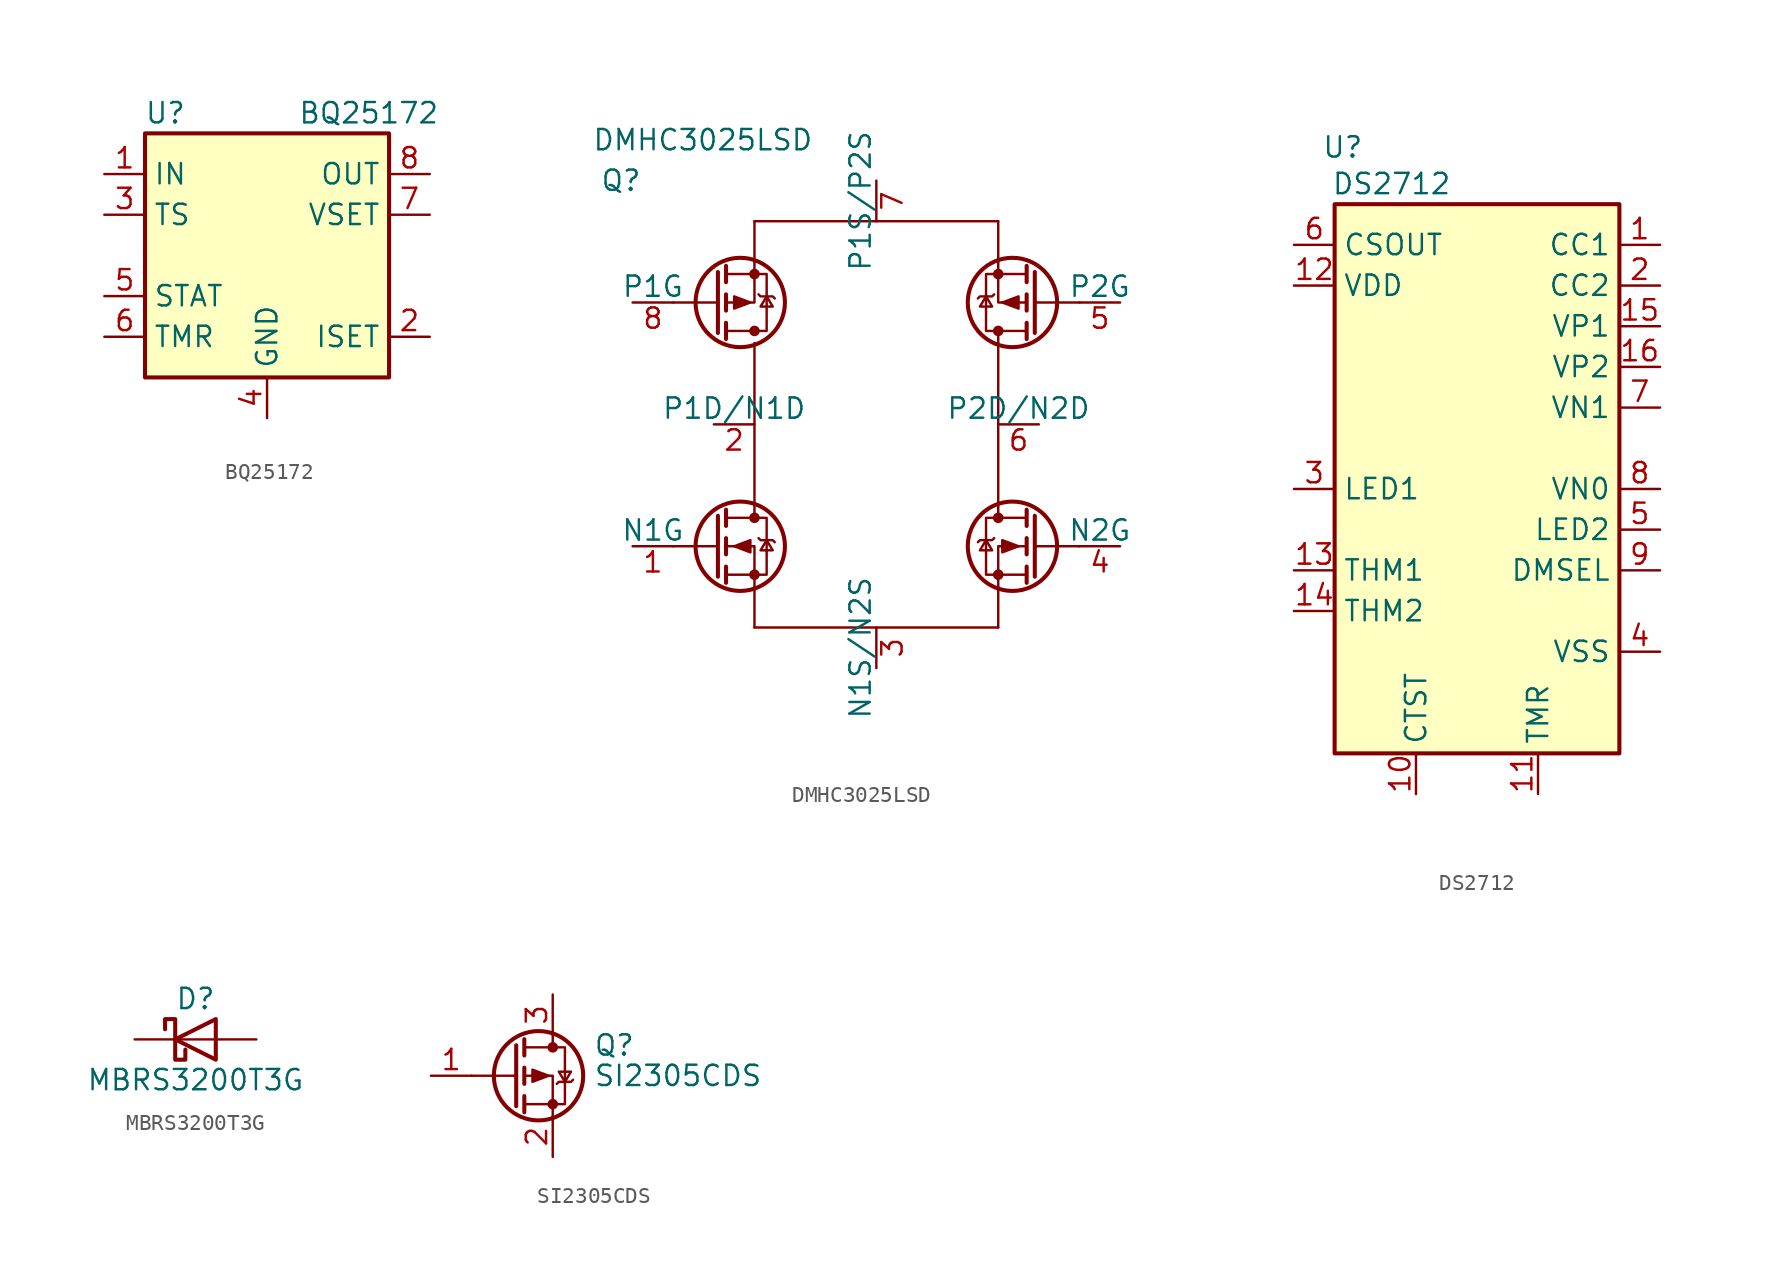
<source format=kicad_sym>
(kicad_symbol_lib
  (version 20231120)
  (generator "kicad_symbol_editor")
  (generator_version "8.0")
  (symbol "BQ25172"
    (property "Reference" "U"
      (at -6.35 8.89 0)
      (effects (font (size 1.27 1.27))))
    (property "Value" "BQ25172"
      (at 6.35 8.89 0)
      (effects (font (size 1.27 1.27))))
    (symbol "BQ25172_1_1"
      (rectangle (start -7.62 7.62) (end 7.62 -7.62) (stroke (width 0.254) (type default)) (fill (type background)))
      (pin power_in line (at -10.16 5.08 0) (length 2.54) (name "IN" (effects (font (size 1.27 1.27)))) (number "1" (effects (font (size 1.27 1.27)))))
      (pin input line (at 10.16 -5.08 180) (length 2.54) (name "ISET" (effects (font (size 1.27 1.27)))) (number "2" (effects (font (size 1.27 1.27)))))
      (pin input line (at -10.16 2.54 0) (length 2.54) (name "TS" (effects (font (size 1.27 1.27)))) (number "3" (effects (font (size 1.27 1.27)))))
      (pin power_in line (at 0 -10.16 90) (length 2.54) (name "GND" (effects (font (size 1.27 1.27)))) (number "4" (effects (font (size 1.27 1.27)))))
      (pin open_collector line (at -10.16 -2.54 0) (length 2.54) (name "STAT" (effects (font (size 1.27 1.27)))) (number "5" (effects (font (size 1.27 1.27)))))
      (pin input line (at -10.16 -5.08 0) (length 2.54) (name "TMR" (effects (font (size 1.27 1.27)))) (number "6" (effects (font (size 1.27 1.27)))))
      (pin input line (at 10.16 2.54 180) (length 2.54) (name "VSET" (effects (font (size 1.27 1.27)))) (number "7" (effects (font (size 1.27 1.27)))))
      (pin power_out line (at 10.16 5.08 180) (length 2.54) (name "OUT" (effects (font (size 1.27 1.27)))) (number "8" (effects (font (size 1.27 1.27)))))
      (pin passive line (at 0 -10.16 90) (length 2.54) hide (name "GND" (effects (font (size 1.27 1.27)))) (number "9" (effects (font (size 1.27 1.27)))))))
  (symbol "DMHC3025LSD"
    (pin_names
      (offset 0))
    (property "Reference" "Q"
      (at -17.272 15.24 0)
      (effects (font (size 1.27 1.27)) (justify left)))
    (property "Value" "DMHC3025LSD"
      (at -17.78 17.78 0)
      (effects (font (size 1.27 1.27)) (justify left)))
    (symbol "DMHC3025LSD_0_1"
      (circle (center -8.509 -7.62) (radius 2.794) (stroke (width 0.254) (type default)) (fill (type none)))
      (circle (center -8.509 7.62) (radius 2.794) (stroke (width 0.254) (type default)) (fill (type none)))
      (circle (center -7.62 -9.398) (radius 0.254) (stroke (width 0) (type default)) (fill (type outline)))
      (circle (center -7.62 -5.842) (radius 0.254) (stroke (width 0) (type default)) (fill (type outline)))
      (circle (center -7.62 5.842) (radius 0.254) (stroke (width 0) (type default)) (fill (type outline)))
      (circle (center -7.62 9.398) (radius 0.254) (stroke (width 0) (type default)) (fill (type outline)))
      (polyline (pts (xy -9.906 -7.62) (xy -12.7 -7.62)) (stroke (width 0) (type default)) (fill (type none)))
      (polyline (pts (xy -9.906 -5.715) (xy -9.906 -9.525)) (stroke (width 0.254) (type default)) (fill (type none)))
      (polyline (pts (xy -9.906 5.715) (xy -9.906 9.525)) (stroke (width 0.254) (type default)) (fill (type none)))
      (polyline (pts (xy -9.906 7.62) (xy -12.7 7.62)) (stroke (width 0) (type default)) (fill (type none)))
      (polyline (pts (xy -9.398 -8.89) (xy -9.398 -9.906)) (stroke (width 0.254) (type default)) (fill (type none)))
      (polyline (pts (xy -9.398 -7.112) (xy -9.398 -8.128)) (stroke (width 0.254) (type default)) (fill (type none)))
      (polyline (pts (xy -9.398 -5.334) (xy -9.398 -6.35)) (stroke (width 0.254) (type default)) (fill (type none)))
      (polyline (pts (xy -9.398 5.334) (xy -9.398 6.35)) (stroke (width 0.254) (type default)) (fill (type none)))
      (polyline (pts (xy -9.398 7.112) (xy -9.398 8.128)) (stroke (width 0.254) (type default)) (fill (type none)))
      (polyline (pts (xy -9.398 8.89) (xy -9.398 9.906)) (stroke (width 0.254) (type default)) (fill (type none)))
      (polyline (pts (xy -7.62 -12.7) (xy 7.62 -12.7)) (stroke (width 0) (type default)) (fill (type none)))
      (polyline (pts (xy -7.62 -10.16) (xy -7.62 -12.7)) (stroke (width 0) (type default)) (fill (type none)))
      (polyline (pts (xy -7.62 -5.08) (xy -7.62 -5.842)) (stroke (width 0) (type default)) (fill (type none)))
      (polyline (pts (xy -7.62 -5.08) (xy -7.62 5.08)) (stroke (width 0) (type default)) (fill (type none)))
      (polyline (pts (xy -7.62 10.16) (xy -7.62 12.7)) (stroke (width 0) (type default)) (fill (type none)))
      (polyline (pts (xy -7.62 12.7) (xy 7.62 12.7)) (stroke (width 0) (type default)) (fill (type none)))
      (polyline (pts (xy 7.62 -10.16) (xy 7.62 -12.7)) (stroke (width 0) (type default)) (fill (type none)))
      (polyline (pts (xy 7.62 -5.08) (xy 7.62 -5.842)) (stroke (width 0) (type default)) (fill (type none)))
      (polyline (pts (xy 7.62 -5.08) (xy 7.62 5.08)) (stroke (width 0) (type default)) (fill (type none)))
      (polyline (pts (xy 7.62 5.08) (xy 7.62 5.842)) (stroke (width 0) (type default)) (fill (type none)))
      (polyline (pts (xy 7.62 10.16) (xy 7.62 12.7)) (stroke (width 0) (type default)) (fill (type none)))
      (polyline (pts (xy 9.398 -8.89) (xy 9.398 -9.906)) (stroke (width 0.254) (type default)) (fill (type none)))
      (polyline (pts (xy 9.398 -7.112) (xy 9.398 -8.128)) (stroke (width 0.254) (type default)) (fill (type none)))
      (polyline (pts (xy 9.398 -5.334) (xy 9.398 -6.35)) (stroke (width 0.254) (type default)) (fill (type none)))
      (polyline (pts (xy 9.398 5.334) (xy 9.398 6.35)) (stroke (width 0.254) (type default)) (fill (type none)))
      (polyline (pts (xy 9.398 7.112) (xy 9.398 8.128)) (stroke (width 0.254) (type default)) (fill (type none)))
      (polyline (pts (xy 9.398 8.89) (xy 9.398 9.906)) (stroke (width 0.254) (type default)) (fill (type none)))
      (polyline (pts (xy 9.906 -7.62) (xy 12.7 -7.62)) (stroke (width 0) (type default)) (fill (type none)))
      (polyline (pts (xy 9.906 -5.715) (xy 9.906 -9.525)) (stroke (width 0.254) (type default)) (fill (type none)))
      (polyline (pts (xy 9.906 5.715) (xy 9.906 9.525)) (stroke (width 0.254) (type default)) (fill (type none)))
      (polyline (pts (xy 9.906 7.62) (xy 12.7 7.62)) (stroke (width 0) (type default)) (fill (type none)))
      (polyline (pts (xy -7.62 -10.16) (xy -7.62 -7.62) (xy -9.398 -7.62)) (stroke (width 0) (type default)) (fill (type none)))
      (polyline (pts (xy -7.62 10.16) (xy -7.62 7.62) (xy -9.398 7.62)) (stroke (width 0) (type default)) (fill (type none)))
      (polyline (pts (xy 7.62 -10.16) (xy 7.62 -7.62) (xy 9.398 -7.62)) (stroke (width 0) (type default)) (fill (type none)))
      (polyline (pts (xy 7.62 10.16) (xy 7.62 7.62) (xy 9.398 7.62)) (stroke (width 0) (type default)) (fill (type none)))
      (polyline (pts (xy -9.398 -5.842) (xy -6.858 -5.842) (xy -6.858 -9.398) (xy -9.398 -9.398)) (stroke (width 0) (type default)) (fill (type none)))
      (polyline (pts (xy -9.398 5.842) (xy -6.858 5.842) (xy -6.858 9.398) (xy -9.398 9.398)) (stroke (width 0) (type default)) (fill (type none)))
      (polyline (pts (xy -8.89 -7.62) (xy -7.874 -8.001) (xy -7.874 -7.239) (xy -8.89 -7.62)) (stroke (width 0) (type default)) (fill (type outline)))
      (polyline (pts (xy -7.874 7.62) (xy -8.89 7.239) (xy -8.89 8.001) (xy -7.874 7.62)) (stroke (width 0) (type default)) (fill (type outline)))
      (polyline (pts (xy -7.366 -7.112) (xy -7.239 -7.239) (xy -6.477 -7.239) (xy -6.35 -7.366)) (stroke (width 0) (type default)) (fill (type none)))
      (polyline (pts (xy -7.366 8.128) (xy -7.239 8.001) (xy -6.477 8.001) (xy -6.35 7.874)) (stroke (width 0) (type default)) (fill (type none)))
      (polyline (pts (xy -6.858 -7.239) (xy -7.239 -7.874) (xy -6.477 -7.874) (xy -6.858 -7.239)) (stroke (width 0) (type default)) (fill (type none)))
      (polyline (pts (xy -6.858 8.001) (xy -7.239 7.366) (xy -6.477 7.366) (xy -6.858 8.001)) (stroke (width 0) (type default)) (fill (type none)))
      (polyline (pts (xy 6.858 -7.239) (xy 7.239 -7.874) (xy 6.477 -7.874) (xy 6.858 -7.239)) (stroke (width 0) (type default)) (fill (type none)))
      (polyline (pts (xy 6.858 8.001) (xy 7.239 7.366) (xy 6.477 7.366) (xy 6.858 8.001)) (stroke (width 0) (type default)) (fill (type none)))
      (polyline (pts (xy 7.366 -7.112) (xy 7.239 -7.239) (xy 6.477 -7.239) (xy 6.35 -7.366)) (stroke (width 0) (type default)) (fill (type none)))
      (polyline (pts (xy 7.366 8.128) (xy 7.239 8.001) (xy 6.477 8.001) (xy 6.35 7.874)) (stroke (width 0) (type default)) (fill (type none)))
      (polyline (pts (xy 7.874 7.62) (xy 8.89 7.239) (xy 8.89 8.001) (xy 7.874 7.62)) (stroke (width 0) (type default)) (fill (type outline)))
      (polyline (pts (xy 8.89 -7.62) (xy 7.874 -8.001) (xy 7.874 -7.239) (xy 8.89 -7.62)) (stroke (width 0) (type default)) (fill (type outline)))
      (polyline (pts (xy 9.398 -5.842) (xy 6.858 -5.842) (xy 6.858 -9.398) (xy 9.398 -9.398)) (stroke (width 0) (type default)) (fill (type none)))
      (polyline (pts (xy 9.398 5.842) (xy 6.858 5.842) (xy 6.858 9.398) (xy 9.398 9.398)) (stroke (width 0) (type default)) (fill (type none)))
      (circle (center 7.62 -9.398) (radius 0.254) (stroke (width 0) (type default)) (fill (type outline)))
      (circle (center 7.62 -5.842) (radius 0.254) (stroke (width 0) (type default)) (fill (type outline)))
      (circle (center 7.62 5.842) (radius 0.254) (stroke (width 0) (type default)) (fill (type outline)))
      (circle (center 7.62 9.398) (radius 0.254) (stroke (width 0) (type default)) (fill (type outline)))
      (circle (center 8.509 -7.62) (radius 2.794) (stroke (width 0.254) (type default)) (fill (type none)))
      (circle (center 8.509 7.62) (radius 2.794) (stroke (width 0.254) (type default)) (fill (type none))))
    (symbol "DMHC3025LSD_1_1"
      (pin input line (at -15.24 -7.62 0) (length 2.54) (name "N1G" (effects (font (size 1.27 1.27)))) (number "1" (effects (font (size 1.27 1.27)))))
      (pin passive line (at -10.16 0 0) (length 2.54) (name "P1D/N1D" (effects (font (size 1.27 1.27)))) (number "2" (effects (font (size 1.27 1.27)))))
      (pin passive line (at 0 -15.24 90) (length 2.54) (name "N1S/N2S" (effects (font (size 1.27 1.27)))) (number "3" (effects (font (size 1.27 1.27)))))
      (pin input line (at 15.24 -7.62 180) (length 2.54) (name "N2G" (effects (font (size 1.27 1.27)))) (number "4" (effects (font (size 1.27 1.27)))))
      (pin input line (at 15.24 7.62 180) (length 2.54) (name "P2G" (effects (font (size 1.27 1.27)))) (number "5" (effects (font (size 1.27 1.27)))))
      (pin passive line (at 10.16 0 180) (length 2.54) (name "P2D/N2D" (effects (font (size 1.27 1.27)))) (number "6" (effects (font (size 1.27 1.27)))))
      (pin passive line (at 0 15.24 270) (length 2.54) (name "P1S/P2S" (effects (font (size 1.27 1.27)))) (number "7" (effects (font (size 1.27 1.27)))))
      (pin input line (at -15.24 7.62 0) (length 2.54) (name "P1G" (effects (font (size 1.27 1.27)))) (number "8" (effects (font (size 1.27 1.27)))))))
  (symbol "DS2712"
    (property "Reference" "U"
      (at -8.382 13.716 0)
      (effects (font (size 1.27 1.27))))
    (property "Value" "DS2712"
      (at -5.334 11.43 0)
      (effects (font (size 1.27 1.27))))
    (symbol "DS2712_0_1"
      (rectangle (start -8.89 10.16) (end 8.89 -24.13) (stroke (width 0.254) (type default)) (fill (type background))))
    (symbol "DS2712_1_1"
      (pin output line (at 11.43 7.62 180) (length 2.54) (name "CC1" (effects (font (size 1.27 1.27)))) (number "1" (effects (font (size 1.27 1.27)))))
      (pin input line (at -3.81 -26.67 90) (length 2.54) (name "CTST" (effects (font (size 1.27 1.27)))) (number "10" (effects (font (size 1.27 1.27)))))
      (pin input line (at 3.81 -26.67 90) (length 2.54) (name "TMR" (effects (font (size 1.27 1.27)))) (number "11" (effects (font (size 1.27 1.27)))))
      (pin power_in line (at -11.43 5.08 0) (length 2.54) (name "VDD" (effects (font (size 1.27 1.27)))) (number "12" (effects (font (size 1.27 1.27)))))
      (pin input line (at -11.43 -12.7 0) (length 2.54) (name "THM1" (effects (font (size 1.27 1.27)))) (number "13" (effects (font (size 1.27 1.27)))))
      (pin input line (at -11.43 -15.24 0) (length 2.54) (name "THM2" (effects (font (size 1.27 1.27)))) (number "14" (effects (font (size 1.27 1.27)))))
      (pin input line (at 11.43 2.54 180) (length 2.54) (name "VP1" (effects (font (size 1.27 1.27)))) (number "15" (effects (font (size 1.27 1.27)))))
      (pin input line (at 11.43 0 180) (length 2.54) (name "VP2" (effects (font (size 1.27 1.27)))) (number "16" (effects (font (size 1.27 1.27)))))
      (pin output line (at 11.43 5.08 180) (length 2.54) (name "CC2" (effects (font (size 1.27 1.27)))) (number "2" (effects (font (size 1.27 1.27)))))
      (pin open_collector line (at -11.43 -7.62 0) (length 2.54) (name "LED1" (effects (font (size 1.27 1.27)))) (number "3" (effects (font (size 1.27 1.27)))))
      (pin power_in line (at 11.43 -17.78 180) (length 2.54) (name "VSS" (effects (font (size 1.27 1.27)))) (number "4" (effects (font (size 1.27 1.27)))))
      (pin open_collector line (at 11.43 -10.16 180) (length 2.54) (name "LED2" (effects (font (size 1.27 1.27)))) (number "5" (effects (font (size 1.27 1.27)))))
      (pin output line (at -11.43 7.62 0) (length 2.54) (name "CSOUT" (effects (font (size 1.27 1.27)))) (number "6" (effects (font (size 1.27 1.27)))))
      (pin input line (at 11.43 -2.54 180) (length 2.54) (name "VN1" (effects (font (size 1.27 1.27)))) (number "7" (effects (font (size 1.27 1.27)))))
      (pin input line (at 11.43 -7.62 180) (length 2.54) (name "VN0" (effects (font (size 1.27 1.27)))) (number "8" (effects (font (size 1.27 1.27)))))
      (pin input line (at 11.43 -12.7 180) (length 2.54) (name "DMSEL" (effects (font (size 1.27 1.27)))) (number "9" (effects (font (size 1.27 1.27)))))))
  (symbol "MBRS3200T3G"
    (pin_numbers hide)
    (pin_names
      (offset 1.016) hide)
    (property "Reference" "D"
      (at 0 2.54 0)
      (effects (font (size 1.27 1.27))))
    (property "Value" "MBRS3200T3G"
      (at 0 -2.54 0)
      (effects (font (size 1.27 1.27))))
    (symbol "MBRS3200T3G_0_1"
      (polyline (pts (xy 1.27 0) (xy -1.27 0)) (stroke (width 0) (type default)) (fill (type none)))
      (polyline (pts (xy 1.27 1.27) (xy 1.27 -1.27) (xy -1.27 0) (xy 1.27 1.27)) (stroke (width 0.254) (type default)) (fill (type none)))
      (polyline (pts (xy -1.905 0.635) (xy -1.905 1.27) (xy -1.27 1.27) (xy -1.27 -1.27) (xy -0.635 -1.27) (xy -0.635 -0.635)) (stroke (width 0.254) (type default)) (fill (type none))))
    (symbol "MBRS3200T3G_1_1"
      (pin passive line (at -3.81 0 0) (length 2.54) (name "K" (effects (font (size 1.27 1.27)))) (number "1" (effects (font (size 1.27 1.27)))))
      (pin passive line (at 3.81 0 180) (length 2.54) (name "A" (effects (font (size 1.27 1.27)))) (number "2" (effects (font (size 1.27 1.27)))))))
  (symbol "SI2305CDS"
    (pin_names hide)
    (property "Reference" "Q"
      (at 5.08 1.905 0)
      (effects (font (size 1.27 1.27)) (justify left)))
    (property "Value" "SI2305CDS"
      (at 5.08 0 0)
      (effects (font (size 1.27 1.27)) (justify left)))
    (symbol "SI2305CDS_0_1"
      (polyline (pts (xy 0.254 0) (xy -2.54 0)) (stroke (width 0) (type default)) (fill (type none)))
      (polyline (pts (xy 0.254 1.905) (xy 0.254 -1.905)) (stroke (width 0.254) (type default)) (fill (type none)))
      (polyline (pts (xy 0.762 -1.27) (xy 0.762 -2.286)) (stroke (width 0.254) (type default)) (fill (type none)))
      (polyline (pts (xy 0.762 0.508) (xy 0.762 -0.508)) (stroke (width 0.254) (type default)) (fill (type none)))
      (polyline (pts (xy 0.762 2.286) (xy 0.762 1.27)) (stroke (width 0.254) (type default)) (fill (type none)))
      (polyline (pts (xy 2.54 2.54) (xy 2.54 1.778)) (stroke (width 0) (type default)) (fill (type none)))
      (polyline (pts (xy 2.54 -2.54) (xy 2.54 0) (xy 0.762 0)) (stroke (width 0) (type default)) (fill (type none)))
      (polyline (pts (xy 0.762 1.778) (xy 3.302 1.778) (xy 3.302 -1.778) (xy 0.762 -1.778)) (stroke (width 0) (type default)) (fill (type none)))
      (polyline (pts (xy 2.286 0) (xy 1.27 0.381) (xy 1.27 -0.381) (xy 2.286 0)) (stroke (width 0) (type default)) (fill (type outline)))
      (polyline (pts (xy 2.794 -0.508) (xy 2.921 -0.381) (xy 3.683 -0.381) (xy 3.81 -0.254)) (stroke (width 0) (type default)) (fill (type none)))
      (polyline (pts (xy 3.302 -0.381) (xy 2.921 0.254) (xy 3.683 0.254) (xy 3.302 -0.381)) (stroke (width 0) (type default)) (fill (type none)))
      (circle (center 1.651 0) (radius 2.794) (stroke (width 0.254) (type default)) (fill (type none)))
      (circle (center 2.54 -1.778) (radius 0.254) (stroke (width 0) (type default)) (fill (type outline)))
      (circle (center 2.54 1.778) (radius 0.254) (stroke (width 0) (type default)) (fill (type outline))))
    (symbol "SI2305CDS_1_1"
      (pin input line (at -5.08 0 0) (length 2.54) (name "G" (effects (font (size 1.27 1.27)))) (number "1" (effects (font (size 1.27 1.27)))))
      (pin passive line (at 2.54 -5.08 90) (length 2.54) (name "S" (effects (font (size 1.27 1.27)))) (number "2" (effects (font (size 1.27 1.27)))))
      (pin passive line (at 2.54 5.08 270) (length 2.54) (name "D" (effects (font (size 1.27 1.27)))) (number "3" (effects (font (size 1.27 1.27))))))))
</source>
